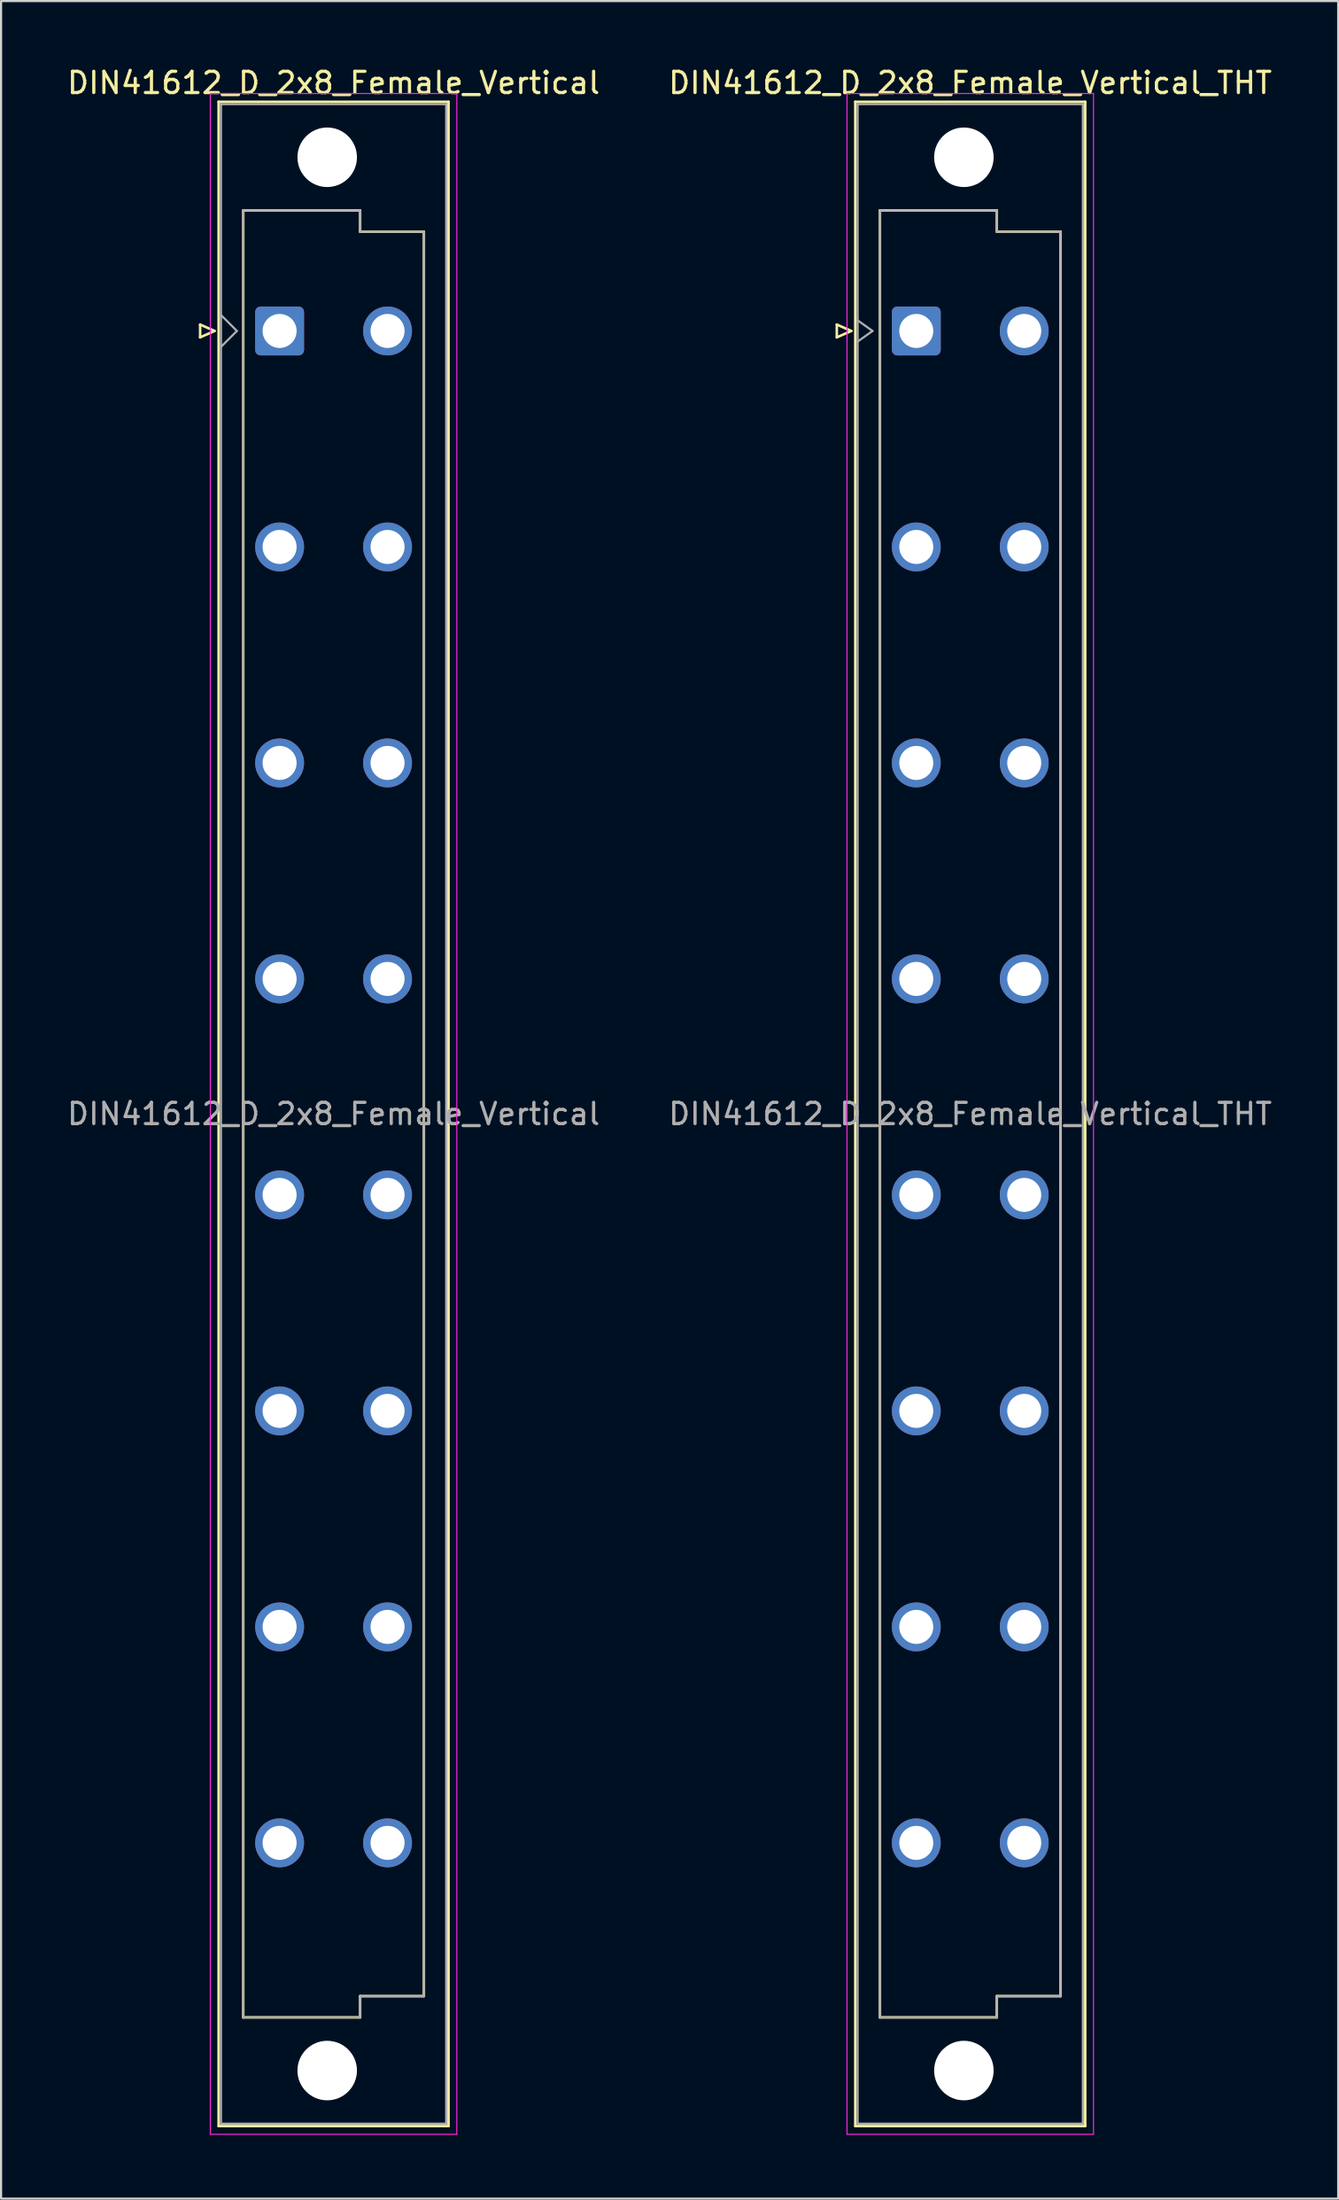
<source format=kicad_pcb>
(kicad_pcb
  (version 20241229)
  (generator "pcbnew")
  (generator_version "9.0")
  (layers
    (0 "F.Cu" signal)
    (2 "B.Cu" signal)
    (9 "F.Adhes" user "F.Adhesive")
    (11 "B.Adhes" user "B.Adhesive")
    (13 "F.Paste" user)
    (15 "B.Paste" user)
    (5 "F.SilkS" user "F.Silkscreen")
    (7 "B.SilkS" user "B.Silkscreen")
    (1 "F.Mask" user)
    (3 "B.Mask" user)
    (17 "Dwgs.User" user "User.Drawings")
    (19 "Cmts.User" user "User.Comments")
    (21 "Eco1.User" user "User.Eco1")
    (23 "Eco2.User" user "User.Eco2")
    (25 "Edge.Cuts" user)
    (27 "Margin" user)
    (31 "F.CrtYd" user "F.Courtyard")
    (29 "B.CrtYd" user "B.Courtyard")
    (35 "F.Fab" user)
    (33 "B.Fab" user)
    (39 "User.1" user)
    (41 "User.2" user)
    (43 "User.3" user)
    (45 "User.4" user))
  (footprint "DIN41612_D_2x8_Female_Vertical_THT"
    (layer "F.Cu")
    (at 40.073 9.978)
    (property "Reference" "DIN41612_D_2x8_Female_Vertical_THT" (at 2.54 -9.13 0) (layer "F.SilkS") (effects (font (size 1 1) (thickness 0.15))))
    (attr through_hole)
    (fp_line (start -3.74 2.24) (end -3.74 2.84) (stroke (width 0.12) (type solid)) (layer "F.SilkS"))
    (fp_line (start -3.74 2.84) (end -3.06 2.54) (stroke (width 0.12) (type solid)) (layer "F.SilkS"))
    (fp_line (start -3.06 2.54) (end -3.74 2.24) (stroke (width 0.12) (type solid)) (layer "F.SilkS"))
    (fp_line (start -2.87 -8.24) (end 7.95 -8.24) (stroke (width 0.12) (type solid)) (layer "F.SilkS"))
    (fp_line (start -2.87 86.98) (end -2.87 -8.24) (stroke (width 0.12) (type solid)) (layer "F.SilkS"))
    (fp_line (start -1.71 -3.131) (end 3.79 -3.131) (stroke (width 0.12) (type solid)) (layer "F.SilkS"))
    (fp_line (start -1.71 81.87) (end -1.71 -3.131) (stroke (width 0.12) (type solid)) (layer "F.SilkS"))
    (fp_line (start 3.79 -3.131) (end 3.79 -2.131) (stroke (width 0.12) (type solid)) (layer "F.SilkS"))
    (fp_line (start 3.79 -2.131) (end 6.79 -2.131) (stroke (width 0.12) (type solid)) (layer "F.SilkS"))
    (fp_line (start 3.79 80.87) (end 3.79 81.87) (stroke (width 0.12) (type solid)) (layer "F.SilkS"))
    (fp_line (start 3.79 81.87) (end -1.71 81.87) (stroke (width 0.12) (type solid)) (layer "F.SilkS"))
    (fp_line (start 6.79 -2.131) (end 6.79 80.87) (stroke (width 0.12) (type solid)) (layer "F.SilkS"))
    (fp_line (start 6.79 80.87) (end 3.79 80.87) (stroke (width 0.12) (type solid)) (layer "F.SilkS"))
    (fp_line (start 7.95 -8.24) (end 7.95 86.98) (stroke (width 0.12) (type solid)) (layer "F.SilkS"))
    (fp_line (start 7.95 86.98) (end -2.87 86.98) (stroke (width 0.12) (type solid)) (layer "F.SilkS"))
    (fp_line (start -3.26 -8.63) (end 8.34 -8.63) (stroke (width 0.05) (type solid)) (layer "F.CrtYd"))
    (fp_line (start -3.26 87.37) (end -3.26 -8.63) (stroke (width 0.05) (type solid)) (layer "F.CrtYd"))
    (fp_line (start 8.34 -8.63) (end 8.34 87.37) (stroke (width 0.05) (type solid)) (layer "F.CrtYd"))
    (fp_line (start 8.34 87.37) (end -3.26 87.37) (stroke (width 0.05) (type solid)) (layer "F.CrtYd"))
    (fp_line (start -2.76 -8.13) (end 7.84 -8.13) (stroke (width 0.1) (type solid)) (layer "F.Fab"))
    (fp_line (start -2.76 2.04) (end -2.06 2.54) (stroke (width 0.1) (type solid)) (layer "F.Fab"))
    (fp_line (start -2.76 86.87) (end -2.76 -8.13) (stroke (width 0.1) (type solid)) (layer "F.Fab"))
    (fp_line (start -2.06 2.54) (end -2.76 3.04) (stroke (width 0.1) (type solid)) (layer "F.Fab"))
    (fp_line (start -1.71 -3.13) (end 3.79 -3.13) (stroke (width 0.1) (type solid)) (layer "F.Fab"))
    (fp_line (start -1.71 81.87) (end -1.71 -3.13) (stroke (width 0.1) (type solid)) (layer "F.Fab"))
    (fp_line (start 3.79 -3.13) (end 3.79 -2.13) (stroke (width 0.1) (type solid)) (layer "F.Fab"))
    (fp_line (start 3.79 -2.13) (end 6.79 -2.13) (stroke (width 0.1) (type solid)) (layer "F.Fab"))
    (fp_line (start 3.79 80.87) (end 3.79 81.87) (stroke (width 0.1) (type solid)) (layer "F.Fab"))
    (fp_line (start 3.79 81.87) (end -1.71 81.87) (stroke (width 0.1) (type solid)) (layer "F.Fab"))
    (fp_line (start 6.79 -2.13) (end 6.79 80.87) (stroke (width 0.1) (type solid)) (layer "F.Fab"))
    (fp_line (start 6.79 80.87) (end 3.79 80.87) (stroke (width 0.1) (type solid)) (layer "F.Fab"))
    (fp_line (start 7.84 -8.13) (end 7.84 86.87) (stroke (width 0.1) (type solid)) (layer "F.Fab"))
    (fp_line (start 7.84 86.87) (end -2.76 86.87) (stroke (width 0.1) (type solid)) (layer "F.Fab"))
    (fp_text user "${REFERENCE}" (at 2.54 39.37 0) (layer "F.Fab") (effects (font (size 1 1) (thickness 0.15))))
    (pad "" np_thru_hole circle (at 2.24 -5.63) (size 2.8 2.8) (drill 2.8) (layers "*.Cu" "*.Mask"))
    (pad "" np_thru_hole circle (at 2.24 84.37) (size 2.8 2.8) (drill 2.8) (layers "*.Cu" "*.Mask"))
    (pad "a0" thru_hole roundrect (at 0 2.54) (size 2.3 2.3) (drill 1.6) (layers "*.Cu" "*.Mask") (roundrect_rratio 0.109))
    (pad "a1" thru_hole circle (at 0 12.7) (size 2.3 2.3) (drill 1.6) (layers "*.Cu" "*.Mask"))
    (pad "a2" thru_hole circle (at 0 22.86) (size 2.3 2.3) (drill 1.6) (layers "*.Cu" "*.Mask"))
    (pad "a3" thru_hole circle (at 0 33.02) (size 2.3 2.3) (drill 1.6) (layers "*.Cu" "*.Mask"))
    (pad "a4" thru_hole circle (at 0 43.18) (size 2.3 2.3) (drill 1.6) (layers "*.Cu" "*.Mask"))
    (pad "a5" thru_hole circle (at 0 53.34) (size 2.3 2.3) (drill 1.6) (layers "*.Cu" "*.Mask"))
    (pad "a6" thru_hole circle (at 0 63.5) (size 2.3 2.3) (drill 1.6) (layers "*.Cu" "*.Mask"))
    (pad "a7" thru_hole circle (at 0 73.66) (size 2.3 2.3) (drill 1.6) (layers "*.Cu" "*.Mask"))
    (pad "c0" thru_hole circle (at 5.08 2.54) (size 2.3 2.3) (drill 1.6) (layers "*.Cu" "*.Mask"))
    (pad "c1" thru_hole circle (at 5.08 12.7) (size 2.3 2.3) (drill 1.6) (layers "*.Cu" "*.Mask"))
    (pad "c2" thru_hole circle (at 5.08 22.86) (size 2.3 2.3) (drill 1.6) (layers "*.Cu" "*.Mask"))
    (pad "c3" thru_hole circle (at 5.08 33.02) (size 2.3 2.3) (drill 1.6) (layers "*.Cu" "*.Mask"))
    (pad "c4" thru_hole circle (at 5.08 43.18) (size 2.3 2.3) (drill 1.6) (layers "*.Cu" "*.Mask"))
    (pad "c5" thru_hole circle (at 5.08 53.34) (size 2.3 2.3) (drill 1.6) (layers "*.Cu" "*.Mask"))
    (pad "c6" thru_hole circle (at 5.08 63.5) (size 2.3 2.3) (drill 1.6) (layers "*.Cu" "*.Mask"))
    (pad "c7" thru_hole circle (at 5.08 73.66) (size 2.3 2.3) (drill 1.6) (layers "*.Cu" "*.Mask")))
  (footprint "DIN41612_D_2x8_Female_Vertical"
    (layer "F.Cu")
    (at 10.109 9.978)
    (property "Reference" "DIN41612_D_2x8_Female_Vertical" (at 2.54 -9.13 0) (layer "F.SilkS") (effects (font (size 1 1) (thickness 0.15))))
    (attr through_hole)
    (fp_line (start -3.74 2.24) (end -3.74 2.84) (stroke (width 0.12) (type solid)) (layer "F.SilkS"))
    (fp_line (start -3.74 2.84) (end -3.06 2.54) (stroke (width 0.12) (type solid)) (layer "F.SilkS"))
    (fp_line (start -3.06 2.54) (end -3.74 2.24) (stroke (width 0.12) (type solid)) (layer "F.SilkS"))
    (fp_line (start -2.87 -8.24) (end 7.95 -8.24) (stroke (width 0.12) (type solid)) (layer "F.SilkS"))
    (fp_line (start -2.87 86.98) (end -2.87 -8.24) (stroke (width 0.12) (type solid)) (layer "F.SilkS"))
    (fp_line (start -1.71 -3.13) (end 3.79 -3.13) (stroke (width 0.12) (type solid)) (layer "F.SilkS"))
    (fp_line (start -1.71 81.87) (end -1.71 -3.13) (stroke (width 0.12) (type solid)) (layer "F.SilkS"))
    (fp_line (start 3.79 -3.13) (end 3.79 -2.13) (stroke (width 0.12) (type solid)) (layer "F.SilkS"))
    (fp_line (start 3.79 -2.13) (end 6.79 -2.13) (stroke (width 0.12) (type solid)) (layer "F.SilkS"))
    (fp_line (start 3.79 80.87) (end 3.79 81.87) (stroke (width 0.12) (type solid)) (layer "F.SilkS"))
    (fp_line (start 3.79 81.87) (end -1.71 81.87) (stroke (width 0.12) (type solid)) (layer "F.SilkS"))
    (fp_line (start 6.79 -2.13) (end 6.79 80.87) (stroke (width 0.12) (type solid)) (layer "F.SilkS"))
    (fp_line (start 6.79 80.87) (end 3.79 80.87) (stroke (width 0.12) (type solid)) (layer "F.SilkS"))
    (fp_line (start 7.95 -8.24) (end 7.95 86.98) (stroke (width 0.12) (type solid)) (layer "F.SilkS"))
    (fp_line (start 7.95 86.98) (end -2.87 86.98) (stroke (width 0.12) (type solid)) (layer "F.SilkS"))
    (fp_line (start -3.26 -8.63) (end 8.34 -8.63) (stroke (width 0.05) (type solid)) (layer "F.CrtYd"))
    (fp_line (start -3.26 87.37) (end -3.26 -8.63) (stroke (width 0.05) (type solid)) (layer "F.CrtYd"))
    (fp_line (start 8.34 -8.63) (end 8.34 87.37) (stroke (width 0.05) (type solid)) (layer "F.CrtYd"))
    (fp_line (start 8.34 87.37) (end -3.26 87.37) (stroke (width 0.05) (type solid)) (layer "F.CrtYd"))
    (fp_line (start -2.76 -8.13) (end 7.84 -8.13) (stroke (width 0.1) (type solid)) (layer "F.Fab"))
    (fp_line (start -2.76 1.79) (end -2.01 2.54) (stroke (width 0.1) (type solid)) (layer "F.Fab"))
    (fp_line (start -2.76 86.87) (end -2.76 -8.13) (stroke (width 0.1) (type solid)) (layer "F.Fab"))
    (fp_line (start -2.01 2.54) (end -2.76 3.29) (stroke (width 0.1) (type solid)) (layer "F.Fab"))
    (fp_line (start -1.71 -3.13) (end 3.79 -3.13) (stroke (width 0.1) (type solid)) (layer "F.Fab"))
    (fp_line (start -1.71 81.87) (end -1.71 -3.13) (stroke (width 0.1) (type solid)) (layer "F.Fab"))
    (fp_line (start 3.79 -3.13) (end 3.79 -2.13) (stroke (width 0.1) (type solid)) (layer "F.Fab"))
    (fp_line (start 3.79 -2.13) (end 6.79 -2.13) (stroke (width 0.1) (type solid)) (layer "F.Fab"))
    (fp_line (start 3.79 80.87) (end 3.79 81.87) (stroke (width 0.1) (type solid)) (layer "F.Fab"))
    (fp_line (start 3.79 81.87) (end -1.71 81.87) (stroke (width 0.1) (type solid)) (layer "F.Fab"))
    (fp_line (start 6.79 -2.13) (end 6.79 80.87) (stroke (width 0.1) (type solid)) (layer "F.Fab"))
    (fp_line (start 6.79 80.87) (end 3.79 80.87) (stroke (width 0.1) (type solid)) (layer "F.Fab"))
    (fp_line (start 7.84 -8.13) (end 7.84 86.87) (stroke (width 0.1) (type solid)) (layer "F.Fab"))
    (fp_line (start 7.84 86.87) (end -2.76 86.87) (stroke (width 0.1) (type solid)) (layer "F.Fab"))
    (fp_text user "${REFERENCE}" (at 2.54 39.37 0) (layer "F.Fab") (effects (font (size 1 1) (thickness 0.15))))
    (pad "" np_thru_hole circle (at 2.24 -5.63) (size 2.8 2.8) (drill 2.8) (layers "*.Cu" "*.Mask"))
    (pad "" np_thru_hole circle (at 2.24 84.37) (size 2.8 2.8) (drill 2.8) (layers "*.Cu" "*.Mask"))
    (pad "a2" thru_hole roundrect (at 0 2.54) (size 2.3 2.3) (drill 1.6) (layers "*.Cu" "*.Mask") (roundrect_rratio 0.109))
    (pad "a6" thru_hole circle (at 0 12.7) (size 2.3 2.3) (drill 1.6) (layers "*.Cu" "*.Mask"))
    (pad "a10" thru_hole circle (at 0 22.86) (size 2.3 2.3) (drill 1.6) (layers "*.Cu" "*.Mask"))
    (pad "a14" thru_hole circle (at 0 33.02) (size 2.3 2.3) (drill 1.6) (layers "*.Cu" "*.Mask"))
    (pad "a18" thru_hole circle (at 0 43.18) (size 2.3 2.3) (drill 1.6) (layers "*.Cu" "*.Mask"))
    (pad "a22" thru_hole circle (at 0 53.34) (size 2.3 2.3) (drill 1.6) (layers "*.Cu" "*.Mask"))
    (pad "a26" thru_hole circle (at 0 63.5) (size 2.3 2.3) (drill 1.6) (layers "*.Cu" "*.Mask"))
    (pad "a30" thru_hole circle (at 0 73.66) (size 2.3 2.3) (drill 1.6) (layers "*.Cu" "*.Mask"))
    (pad "c2" thru_hole circle (at 5.08 2.54) (size 2.3 2.3) (drill 1.6) (layers "*.Cu" "*.Mask"))
    (pad "c6" thru_hole circle (at 5.08 12.7) (size 2.3 2.3) (drill 1.6) (layers "*.Cu" "*.Mask"))
    (pad "c10" thru_hole circle (at 5.08 22.86) (size 2.3 2.3) (drill 1.6) (layers "*.Cu" "*.Mask"))
    (pad "c14" thru_hole circle (at 5.08 33.02) (size 2.3 2.3) (drill 1.6) (layers "*.Cu" "*.Mask"))
    (pad "c18" thru_hole circle (at 5.08 43.18) (size 2.3 2.3) (drill 1.6) (layers "*.Cu" "*.Mask"))
    (pad "c22" thru_hole circle (at 5.08 53.34) (size 2.3 2.3) (drill 1.6) (layers "*.Cu" "*.Mask"))
    (pad "c26" thru_hole circle (at 5.08 63.5) (size 2.3 2.3) (drill 1.6) (layers "*.Cu" "*.Mask"))
    (pad "c30" thru_hole circle (at 5.08 73.66) (size 2.3 2.3) (drill 1.6) (layers "*.Cu" "*.Mask")))
  (gr_rect
    (start -3 -3)
    (end 59.929 100.373)
    (stroke (width 0.1) (type default))
    (fill no)
    (layer "Edge.Cuts")))
</source>
